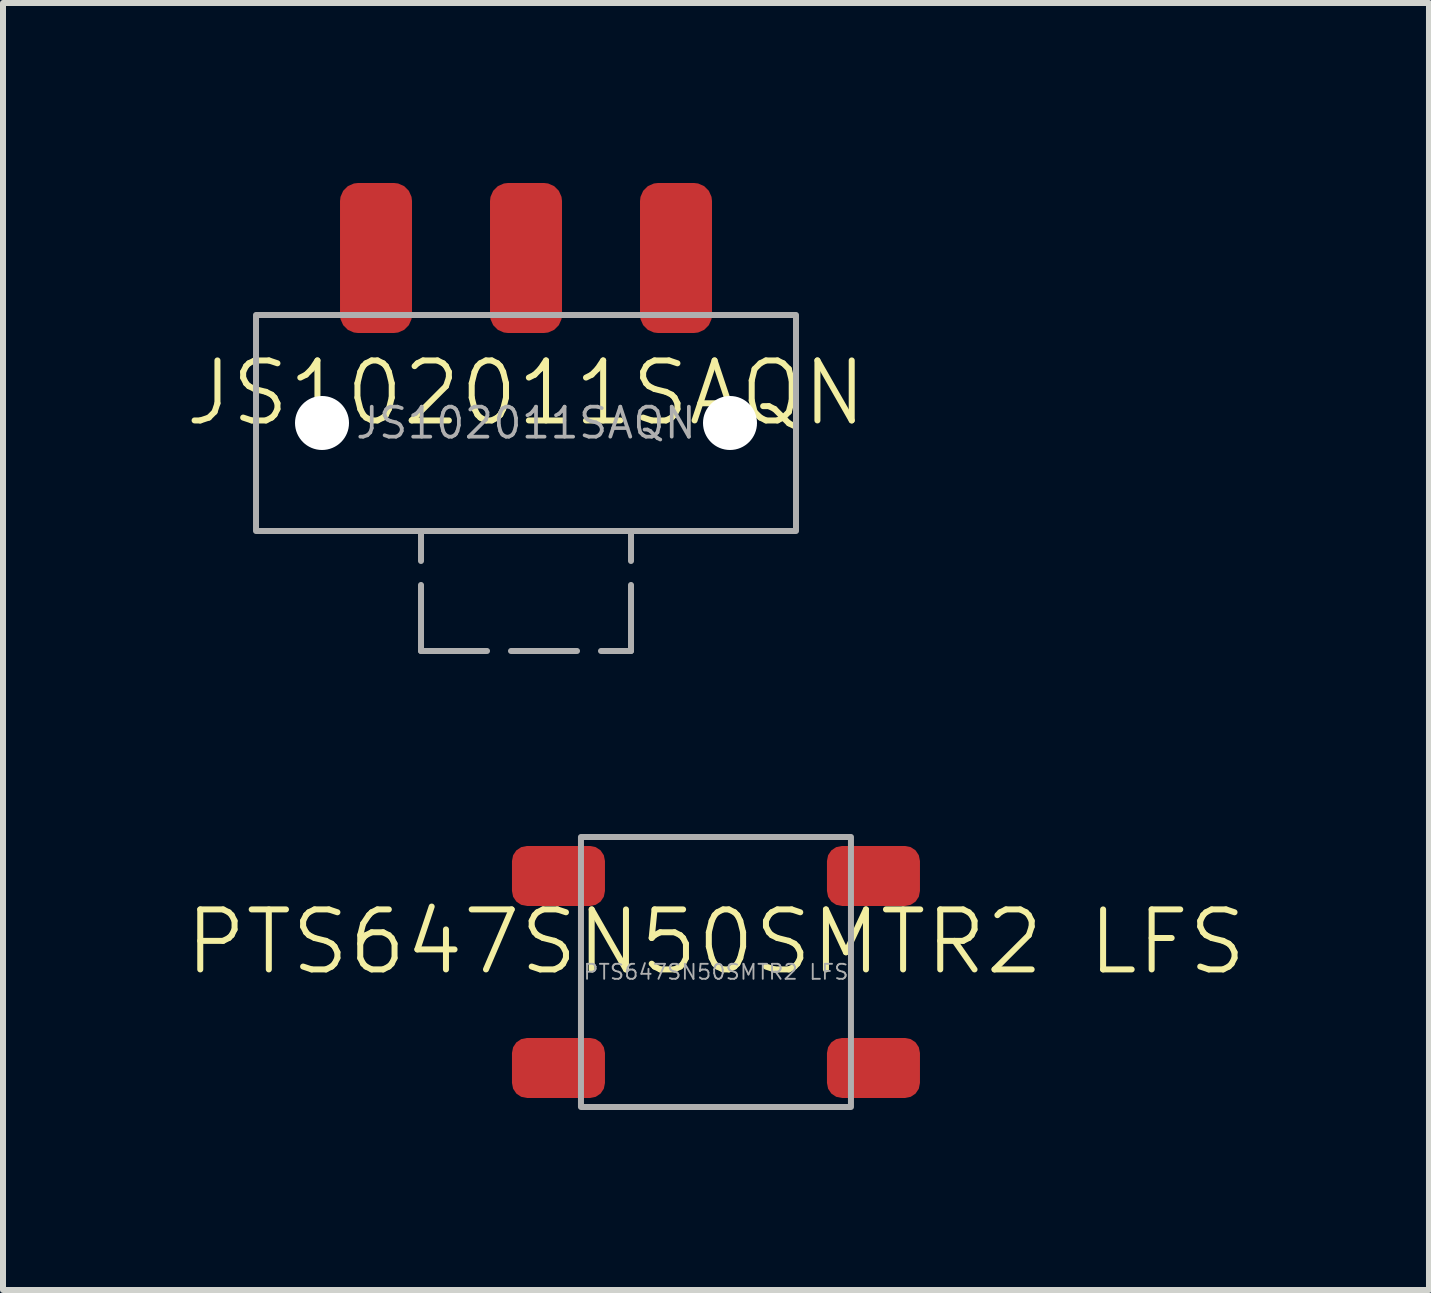
<source format=kicad_pcb>
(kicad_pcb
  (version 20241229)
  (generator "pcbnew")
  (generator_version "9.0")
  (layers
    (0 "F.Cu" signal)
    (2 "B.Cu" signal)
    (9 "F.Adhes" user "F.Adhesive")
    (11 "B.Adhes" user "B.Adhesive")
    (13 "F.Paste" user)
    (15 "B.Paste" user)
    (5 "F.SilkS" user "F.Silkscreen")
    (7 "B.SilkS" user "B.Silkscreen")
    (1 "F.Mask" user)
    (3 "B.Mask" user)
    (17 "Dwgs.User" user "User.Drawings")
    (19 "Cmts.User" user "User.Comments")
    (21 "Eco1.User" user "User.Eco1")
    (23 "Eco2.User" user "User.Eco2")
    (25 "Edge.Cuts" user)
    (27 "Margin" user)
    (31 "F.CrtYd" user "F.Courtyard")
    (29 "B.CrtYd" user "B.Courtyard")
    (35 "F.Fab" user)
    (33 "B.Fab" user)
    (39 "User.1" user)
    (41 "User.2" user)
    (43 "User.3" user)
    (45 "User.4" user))
  (footprint "PTS647SN50SMTR2 LFS"
    (layer "F.Cu")
    (at 8.883 13.15)
    (property "Reference" "PTS647SN50SMTR2 LFS" (at 0 -0.5 0) (unlocked yes) (layer "F.SilkS") (effects (font (size 1 1) (thickness 0.1))))
    (attr smd)
    (fp_rect (start -2.25 -2.25) (end 2.25 2.25) (stroke (width 0.1) (type solid)) (fill no) (layer "F.Fab"))
    (fp_text user "${REFERENCE}" (at 0 0 0) (unlocked yes) (layer "F.Fab") (effects (font (size 0.25 0.25) (thickness 0.031))))
    (pad "1" smd roundrect (at -2.625 -1.6) (size 1.55 1) (layers "F.Cu" "F.Mask" "F.Paste") (roundrect_rratio 0.25))
    (pad "2" smd roundrect (at 2.625 -1.6) (size 1.55 1) (layers "F.Cu" "F.Mask" "F.Paste") (roundrect_rratio 0.25))
    (pad "3" smd roundrect (at -2.625 1.6) (size 1.55 1) (layers "F.Cu" "F.Mask" "F.Paste") (roundrect_rratio 0.25))
    (pad "4" smd roundrect (at 2.625 1.6) (size 1.55 1) (layers "F.Cu" "F.Mask" "F.Paste") (roundrect_rratio 0.25)))
  (footprint "JS102011SAQN"
    (layer "F.Cu")
    (at 5.717 4)
    (property "Reference" "JS102011SAQN" (at 0 -0.5 0) (unlocked yes) (layer "F.SilkS") (effects (font (size 1 1) (thickness 0.1))))
    (attr smd)
    (fp_line (start -1.75 3.8) (end -1.75 1.8) (stroke (width 0.1) (type dash)) (layer "F.Fab"))
    (fp_line (start -1.75 3.8) (end 1.75 3.8) (stroke (width 0.1) (type dash)) (layer "F.Fab"))
    (fp_line (start 1.75 3.8) (end 1.75 1.8) (stroke (width 0.1) (type dash)) (layer "F.Fab"))
    (fp_rect (start -4.5 -1.8) (end 4.5 1.8) (stroke (width 0.1) (type solid)) (fill no) (layer "F.Fab"))
    (fp_text user "${REFERENCE}" (at 0 0 0) (unlocked yes) (layer "F.Fab") (effects (font (size 0.5 0.5) (thickness 0.062))))
    (pad "" np_thru_hole circle (at -3.4 0) (size 0.9 0.9) (drill 0.9) (layers "*.Cu" "*.Mask"))
    (pad "" np_thru_hole circle (at 3.4 0) (size 0.9 0.9) (drill 0.9) (layers "*.Cu" "*.Mask"))
    (pad "1" smd roundrect (at -2.5 -2.75 180) (size 1.2 2.5) (layers "F.Cu" "F.Mask" "F.Paste") (roundrect_rratio 0.25))
    (pad "2" smd roundrect (at 0 -2.75 180) (size 1.2 2.5) (layers "F.Cu" "F.Mask" "F.Paste") (roundrect_rratio 0.25))
    (pad "3" smd roundrect (at 2.5 -2.75 180) (size 1.2 2.5) (layers "F.Cu" "F.Mask" "F.Paste") (roundrect_rratio 0.25)))
  (gr_rect
    (start -3 -3)
    (end 20.767 18.45)
    (stroke (width 0.1) (type default))
    (fill no)
    (layer "Edge.Cuts")))
</source>
